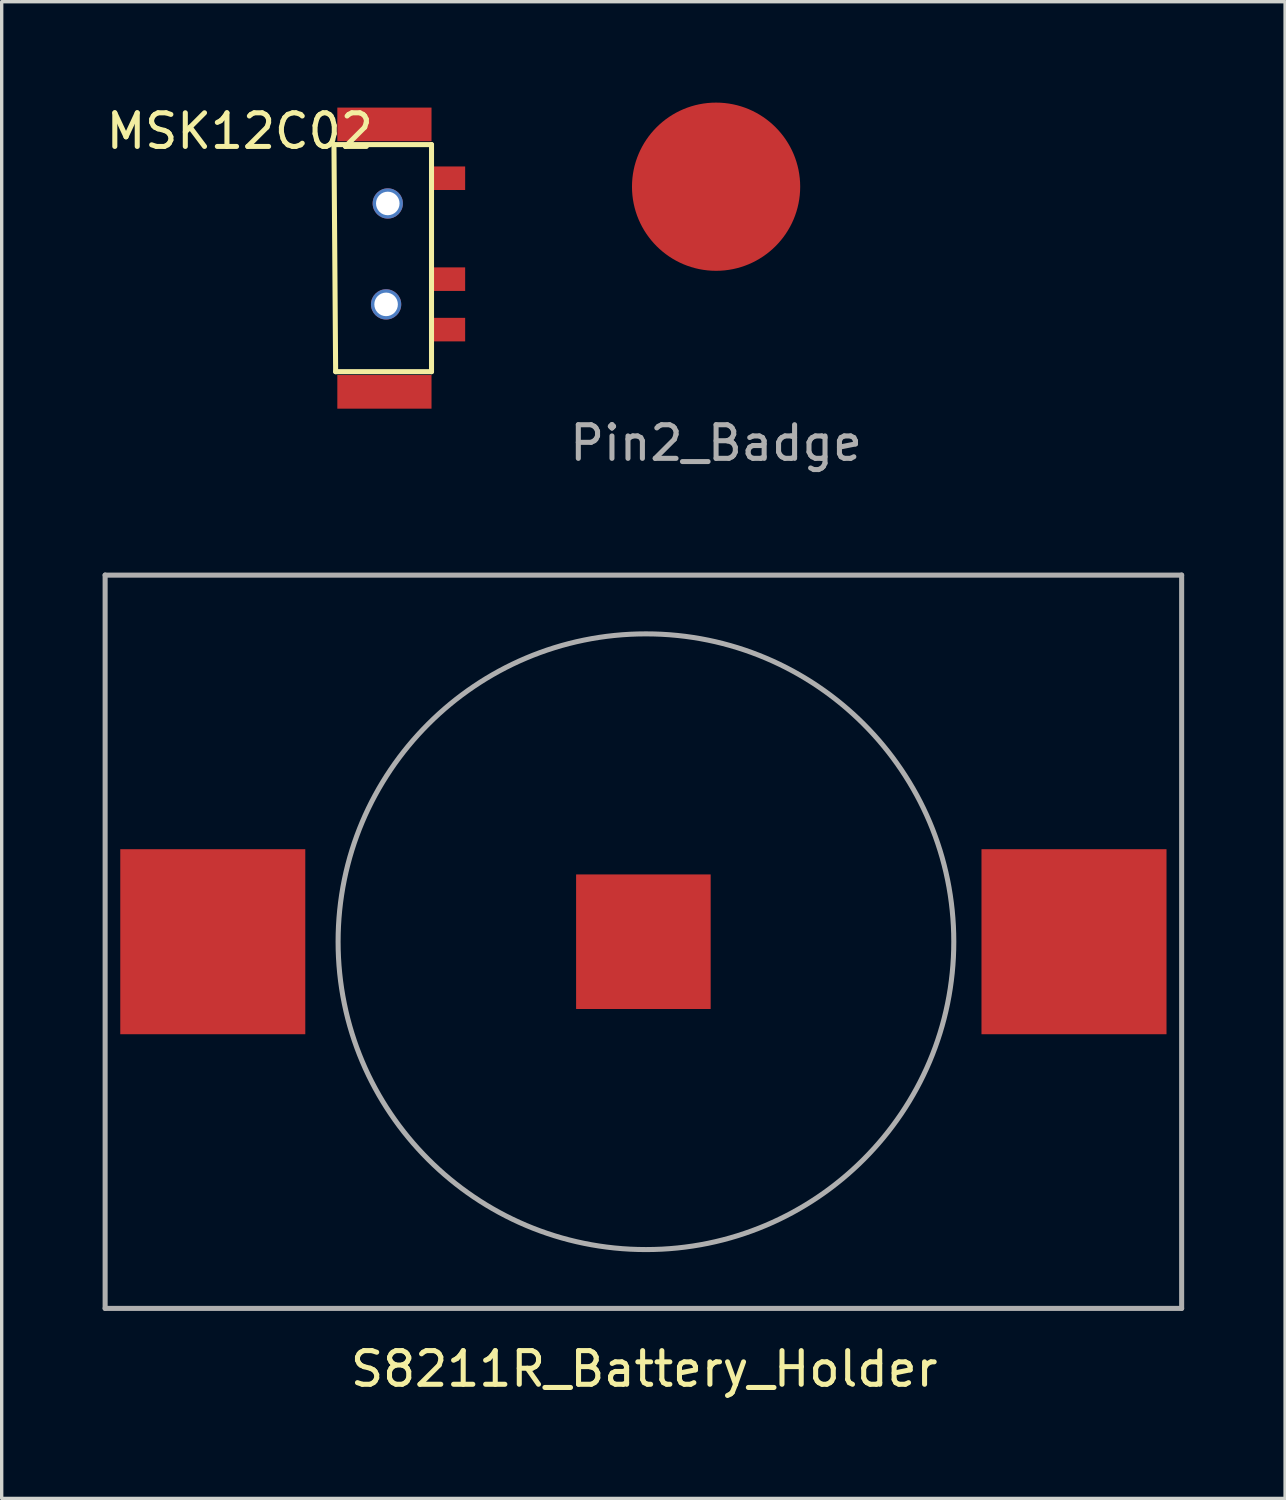
<source format=kicad_pcb>
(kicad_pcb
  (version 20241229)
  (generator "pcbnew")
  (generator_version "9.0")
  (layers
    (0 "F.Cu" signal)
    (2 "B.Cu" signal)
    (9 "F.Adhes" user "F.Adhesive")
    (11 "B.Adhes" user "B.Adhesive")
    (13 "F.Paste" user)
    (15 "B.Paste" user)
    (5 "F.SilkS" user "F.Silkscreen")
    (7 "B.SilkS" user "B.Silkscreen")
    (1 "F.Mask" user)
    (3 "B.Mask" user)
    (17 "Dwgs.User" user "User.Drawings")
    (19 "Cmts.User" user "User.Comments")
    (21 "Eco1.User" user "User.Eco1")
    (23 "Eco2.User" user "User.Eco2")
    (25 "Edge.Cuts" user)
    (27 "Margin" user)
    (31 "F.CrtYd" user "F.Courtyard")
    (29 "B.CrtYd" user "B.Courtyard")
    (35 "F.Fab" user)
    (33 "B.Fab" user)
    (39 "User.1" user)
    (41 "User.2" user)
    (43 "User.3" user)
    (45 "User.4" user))
  (footprint "S8211R_Battery_Holder"
    (layer "F.Cu")
    (at 16.075 24.943)
    (property "Reference" "S8211R_Battery_Holder" (at 0.025 12.7 0) (layer "F.SilkS") (effects (font (size 1 1) (thickness 0.15))))
    (attr through_hole)
    (fp_line (start -16 -10.9) (end -16 10.9) (stroke (width 0.15) (type solid)) (layer "F.Fab"))
    (fp_line (start 16 -10.9) (end 16 10.9) (stroke (width 0.15) (type solid)) (layer "F.Fab"))
    (fp_line (start 16 -10.897) (end -16 -10.897) (stroke (width 0.15) (type solid)) (layer "F.Fab"))
    (fp_line (start 16 10.9) (end -16 10.9) (stroke (width 0.15) (type solid)) (layer "F.Fab"))
    (fp_circle (center 0.076 0) (end 9.227 0) (stroke (width 0.15) (type solid)) (fill no) (layer "F.Fab"))
    (pad "1" smd rect (at -12.8 0) (size 5.5 5.5) (layers "F.Cu" "F.Mask" "F.Paste"))
    (pad "1" smd rect (at 12.8 0) (size 5.5 5.5) (layers "F.Cu" "F.Mask" "F.Paste"))
    (pad "2" smd rect (at 0 0) (size 4 4) (layers "F.Cu" "F.Mask" "F.Paste")))
  (footprint "Pin2_Badge"
    (layer "F.Cu")
    (at 18.236 2.5)
    (property "Reference" "Pin2_Badge" (at 0 7.62 0) (layer "F.Fab") (effects (font (size 1 1) (thickness 0.15))))
    (attr through_hole)
    (pad "1" smd circle (at 0 0) (size 5 5) (layers "F.Cu" "F.Mask" "F.Paste")))
  (footprint "MSK12C02"
    (layer "F.Cu")
    (at 7.077 0.748)
    (property "Reference" "MSK12C02" (at -3 0.1 0) (layer "F.SilkS") (effects (font (size 1 1) (thickness 0.15))))
    (attr through_hole)
    (fp_line (start -0.2 0.5) (end 2.7 0.5) (stroke (width 0.15) (type solid)) (layer "F.SilkS"))
    (fp_line (start -0.15 7.25) (end -0.2 0.5) (stroke (width 0.15) (type solid)) (layer "F.SilkS"))
    (fp_line (start 2.7 0.5) (end 2.7 7.25) (stroke (width 0.15) (type solid)) (layer "F.SilkS"))
    (fp_line (start 2.7 7.25) (end -0.15 7.25) (stroke (width 0.15) (type solid)) (layer "F.SilkS"))
    (pad "" np_thru_hole circle (at 1.35 5.25) (size 0.9 0.9) (drill 0.7) (layers "*.Cu" "*.Mask"))
    (pad "" np_thru_hole circle (at 1.4 2.25) (size 0.9 0.9) (drill 0.7) (layers "*.Cu" "*.Mask"))
    (pad "1" smd rect (at 3.2 1.5 90) (size 0.7 1) (layers "F.Cu" "F.Mask" "F.Paste"))
    (pad "2" smd rect (at 3.2 4.5 90) (size 0.7 1) (layers "F.Cu" "F.Mask" "F.Paste"))
    (pad "3" smd rect (at 3.2 6 90) (size 0.7 1) (layers "F.Cu" "F.Mask" "F.Paste"))
    (pad "NC" smd rect (at 1.3 -0.1) (size 2.8 1) (layers "F.Cu" "F.Mask" "F.Paste"))
    (pad "NC" smd rect (at 1.3 7.85) (size 2.8 1) (layers "F.Cu" "F.Mask" "F.Paste")))
  (gr_rect
    (start -3 -3)
    (end 35.15 41.492)
    (stroke (width 0.1) (type default))
    (fill no)
    (layer "Edge.Cuts")))
</source>
